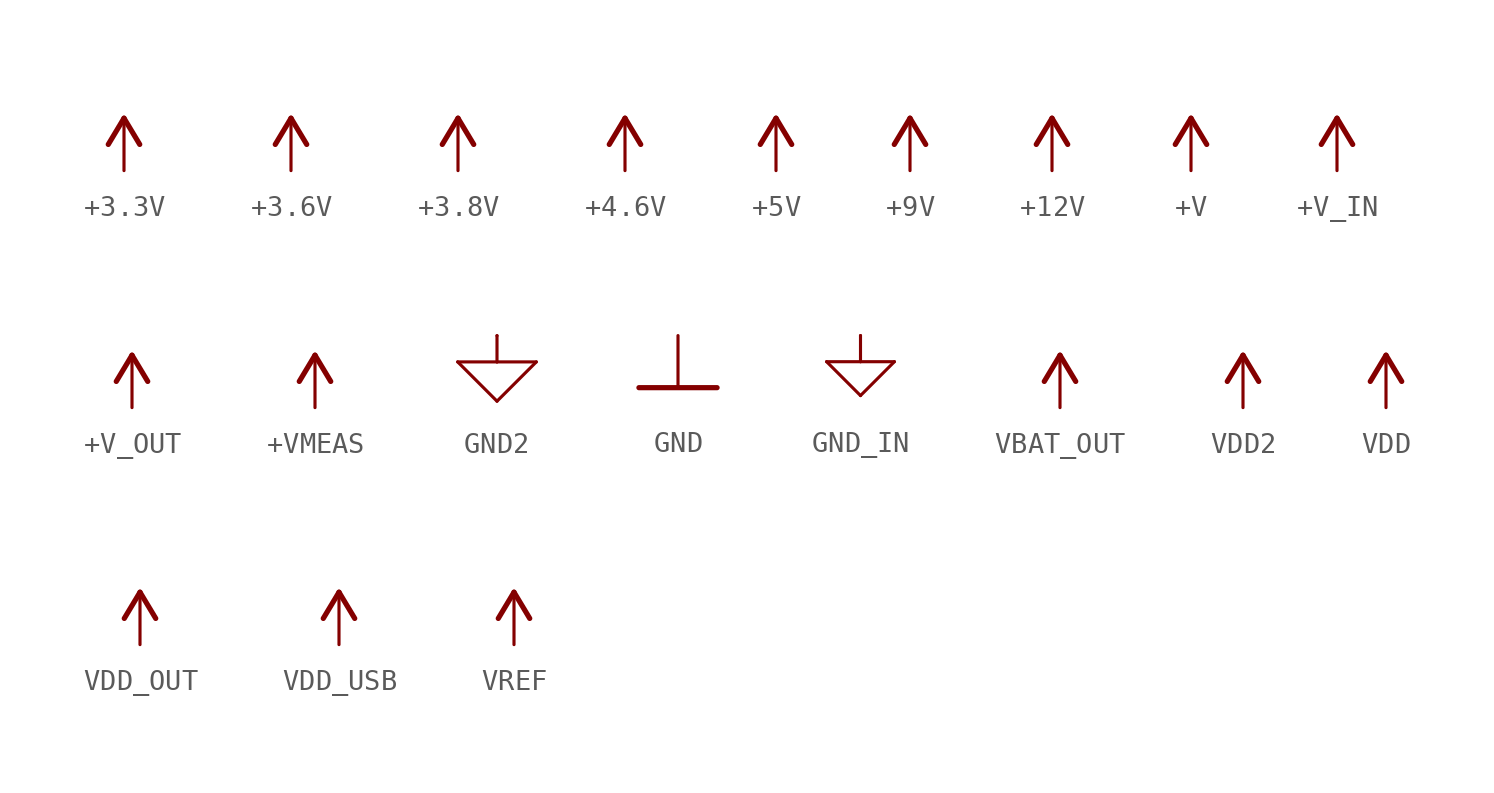
<source format=kicad_sym>
(kicad_symbol_lib
  (version 20231120)
  (generator "kicad_symbol_editor")
  (generator_version "8.0")
  (symbol "+3.3V"
    (power)
    (property "Reference" "#SUPPLY"
      (at 0 0 0)
      (effects (font (size 1.27 1.27)) (hide yes)))
    (property "Value" ""
      (at 0 3.302 0)
      (effects (font (size 1.778 1.511)) (justify bottom)))
    (property "ki_locked" ""
      (at 0 0 0)
      (effects (font (size 1.27 1.27))))
    (symbol "+3.3V_1_0"
      (polyline (pts (xy 0 2.54) (xy -0.762 1.27)) (stroke (width 0.254) (type solid)) (fill (type none)))
      (polyline (pts (xy 0.762 1.27) (xy 0 2.54)) (stroke (width 0.254) (type solid)) (fill (type none)))
      (pin power_in line (at 0 0 90) (length 2.54) (name "+3.3V" (effects (font (size 0 0)))) (number "1" (effects (font (size 0 0)))))))
  (symbol "+3.6V"
    (power)
    (property "Reference" "#SUPPLY"
      (at 0 0 0)
      (effects (font (size 1.27 1.27)) (hide yes)))
    (property "Value" ""
      (at 0 3.302 0)
      (effects (font (size 1.778 1.511)) (justify bottom)))
    (property "ki_locked" ""
      (at 0 0 0)
      (effects (font (size 1.27 1.27))))
    (symbol "+3.6V_1_0"
      (polyline (pts (xy 0 2.54) (xy -0.762 1.27)) (stroke (width 0.254) (type solid)) (fill (type none)))
      (polyline (pts (xy 0.762 1.27) (xy 0 2.54)) (stroke (width 0.254) (type solid)) (fill (type none)))
      (pin power_in line (at 0 0 90) (length 2.54) (name "+3.6V" (effects (font (size 0 0)))) (number "1" (effects (font (size 0 0)))))))
  (symbol "+3.8V"
    (power)
    (property "Reference" "#SUPPLY"
      (at 0 0 0)
      (effects (font (size 1.27 1.27)) (hide yes)))
    (property "Value" ""
      (at 0 3.302 0)
      (effects (font (size 1.778 1.511)) (justify bottom)))
    (property "ki_locked" ""
      (at 0 0 0)
      (effects (font (size 1.27 1.27))))
    (symbol "+3.8V_1_0"
      (polyline (pts (xy 0 2.54) (xy -0.762 1.27)) (stroke (width 0.254) (type solid)) (fill (type none)))
      (polyline (pts (xy 0.762 1.27) (xy 0 2.54)) (stroke (width 0.254) (type solid)) (fill (type none)))
      (pin power_in line (at 0 0 90) (length 2.54) (name "+3.8V" (effects (font (size 0 0)))) (number "1" (effects (font (size 0 0)))))))
  (symbol "+4.6V"
    (power)
    (property "Reference" "#SUPPLY"
      (at 0 0 0)
      (effects (font (size 1.27 1.27)) (hide yes)))
    (property "Value" ""
      (at 0 3.302 0)
      (effects (font (size 1.778 1.511)) (justify bottom)))
    (property "ki_locked" ""
      (at 0 0 0)
      (effects (font (size 1.27 1.27))))
    (symbol "+4.6V_1_0"
      (polyline (pts (xy 0 2.54) (xy -0.762 1.27)) (stroke (width 0.254) (type solid)) (fill (type none)))
      (polyline (pts (xy 0.762 1.27) (xy 0 2.54)) (stroke (width 0.254) (type solid)) (fill (type none)))
      (pin power_in line (at 0 0 90) (length 2.54) (name "+4.6V" (effects (font (size 0 0)))) (number "1" (effects (font (size 0 0)))))))
  (symbol "+5V"
    (power)
    (property "Reference" "#SUPPLY"
      (at 0 0 0)
      (effects (font (size 1.27 1.27)) (hide yes)))
    (property "Value" ""
      (at 0 3.302 0)
      (effects (font (size 1.778 1.511)) (justify bottom)))
    (property "ki_locked" ""
      (at 0 0 0)
      (effects (font (size 1.27 1.27))))
    (symbol "+5V_1_0"
      (polyline (pts (xy 0 2.54) (xy -0.762 1.27)) (stroke (width 0.254) (type solid)) (fill (type none)))
      (polyline (pts (xy 0.762 1.27) (xy 0 2.54)) (stroke (width 0.254) (type solid)) (fill (type none)))
      (pin power_in line (at 0 0 90) (length 2.54) (name "+5V" (effects (font (size 0 0)))) (number "1" (effects (font (size 0 0)))))))
  (symbol "+9V"
    (power)
    (property "Reference" "#SUPPLY"
      (at 0 0 0)
      (effects (font (size 1.27 1.27)) (hide yes)))
    (property "Value" ""
      (at 0 3.302 0)
      (effects (font (size 1.778 1.511)) (justify bottom)))
    (property "ki_locked" ""
      (at 0 0 0)
      (effects (font (size 1.27 1.27))))
    (symbol "+9V_1_0"
      (polyline (pts (xy 0 2.54) (xy -0.762 1.27)) (stroke (width 0.254) (type solid)) (fill (type none)))
      (polyline (pts (xy 0.762 1.27) (xy 0 2.54)) (stroke (width 0.254) (type solid)) (fill (type none)))
      (pin power_in line (at 0 0 90) (length 2.54) (name "+5V" (effects (font (size 0 0)))) (number "1" (effects (font (size 0 0)))))))
  (symbol "+12V"
    (power)
    (property "Reference" "#SUPPLY"
      (at 0 0 0)
      (effects (font (size 1.27 1.27)) (hide yes)))
    (property "Value" ""
      (at 0 3.302 0)
      (effects (font (size 1.778 1.511)) (justify bottom)))
    (property "ki_locked" ""
      (at 0 0 0)
      (effects (font (size 1.27 1.27))))
    (symbol "+12V_1_0"
      (polyline (pts (xy 0 2.54) (xy -0.762 1.27)) (stroke (width 0.254) (type solid)) (fill (type none)))
      (polyline (pts (xy 0.762 1.27) (xy 0 2.54)) (stroke (width 0.254) (type solid)) (fill (type none)))
      (pin power_in line (at 0 0 90) (length 2.54) (name "+12V" (effects (font (size 0 0)))) (number "1" (effects (font (size 0 0)))))))
  (symbol "+V"
    (power)
    (property "Reference" "#SUPPLY"
      (at 0 0 0)
      (effects (font (size 1.27 1.27)) (hide yes)))
    (property "Value" ""
      (at 0 3.302 0)
      (effects (font (size 1.778 1.511)) (justify bottom)))
    (property "ki_locked" ""
      (at 0 0 0)
      (effects (font (size 1.27 1.27))))
    (symbol "+V_1_0"
      (polyline (pts (xy 0 2.54) (xy -0.762 1.27)) (stroke (width 0.254) (type solid)) (fill (type none)))
      (polyline (pts (xy 0.762 1.27) (xy 0 2.54)) (stroke (width 0.254) (type solid)) (fill (type none)))
      (pin power_in line (at 0 0 90) (length 2.54) (name "+V" (effects (font (size 0 0)))) (number "1" (effects (font (size 0 0)))))))
  (symbol "+V_IN"
    (power)
    (property "Reference" "#SUPPLY"
      (at 0 0 0)
      (effects (font (size 1.27 1.27)) (hide yes)))
    (property "Value" ""
      (at 0 3.302 0)
      (effects (font (size 1.778 1.511)) (justify bottom)))
    (property "ki_locked" ""
      (at 0 0 0)
      (effects (font (size 1.27 1.27))))
    (symbol "+V_IN_1_0"
      (polyline (pts (xy 0 2.54) (xy -0.762 1.27)) (stroke (width 0.254) (type solid)) (fill (type none)))
      (polyline (pts (xy 0.762 1.27) (xy 0 2.54)) (stroke (width 0.254) (type solid)) (fill (type none)))
      (pin power_in line (at 0 0 90) (length 2.54) (name "+V_IN" (effects (font (size 0 0)))) (number "1" (effects (font (size 0 0)))))))
  (symbol "+V_OUT"
    (power)
    (property "Reference" "#SUPPLY"
      (at 0 0 0)
      (effects (font (size 1.27 1.27)) (hide yes)))
    (property "Value" ""
      (at 0 3.302 0)
      (effects (font (size 1.778 1.511)) (justify bottom)))
    (property "ki_locked" ""
      (at 0 0 0)
      (effects (font (size 1.27 1.27))))
    (symbol "+V_OUT_1_0"
      (polyline (pts (xy 0 2.54) (xy -0.762 1.27)) (stroke (width 0.254) (type solid)) (fill (type none)))
      (polyline (pts (xy 0.762 1.27) (xy 0 2.54)) (stroke (width 0.254) (type solid)) (fill (type none)))
      (pin power_in line (at 0 0 90) (length 2.54) (name "+V_OUT" (effects (font (size 0 0)))) (number "1" (effects (font (size 0 0)))))))
  (symbol "+VMEAS"
    (power)
    (property "Reference" "#SUPPLY"
      (at 0 0 0)
      (effects (font (size 1.27 1.27)) (hide yes)))
    (property "Value" ""
      (at 0 3.302 0)
      (effects (font (size 1.778 1.511)) (justify bottom)))
    (property "ki_locked" ""
      (at 0 0 0)
      (effects (font (size 1.27 1.27))))
    (symbol "+VMEAS_1_0"
      (polyline (pts (xy 0 2.54) (xy -0.762 1.27)) (stroke (width 0.254) (type solid)) (fill (type none)))
      (polyline (pts (xy 0.762 1.27) (xy 0 2.54)) (stroke (width 0.254) (type solid)) (fill (type none)))
      (pin power_in line (at 0 0 90) (length 2.54) (name "+VMEAS" (effects (font (size 0 0)))) (number "1" (effects (font (size 0 0)))))))
  (symbol "GND2"
    (power)
    (property "Reference" "#GND2"
      (at 0 0 0)
      (effects (font (size 1.27 1.27)) (hide yes)))
    (property "Value" ""
      (at 0 -0.762 0)
      (effects (font (size 1.778 1.511)) (justify top)))
    (property "ki_locked" ""
      (at 0 0 0)
      (effects (font (size 1.27 1.27))))
    (symbol "GND2_1_0"
      (polyline (pts (xy -1.905 1.27) (xy 0 -0.635)) (stroke (width 0.152) (type solid)) (fill (type none)))
      (polyline (pts (xy -1.905 1.27) (xy 0 1.27)) (stroke (width 0.152) (type solid)) (fill (type none)))
      (polyline (pts (xy 0 -0.635) (xy 1.905 1.27)) (stroke (width 0.152) (type solid)) (fill (type none)))
      (polyline (pts (xy 0 1.27) (xy 1.905 1.27)) (stroke (width 0.152) (type solid)) (fill (type none)))
      (polyline (pts (xy 0 2.54) (xy 0 1.27)) (stroke (width 0.152) (type solid)) (fill (type none)))
      (pin power_in line (at 0 2.54 270) (length 0) (name "GND2" (effects (font (size 0 0)))) (number "1" (effects (font (size 0 0)))))))
  (symbol "GND"
    (power)
    (property "Reference" "#GND"
      (at 0 0 0)
      (effects (font (size 1.27 1.27)) (hide yes)))
    (property "Value" ""
      (at 0 -0.762 0)
      (effects (font (size 1.778 1.511)) (justify top)))
    (property "ki_locked" ""
      (at 0 0 0)
      (effects (font (size 1.27 1.27))))
    (symbol "GND_1_0"
      (polyline (pts (xy -1.905 0) (xy 1.905 0)) (stroke (width 0.254) (type solid)) (fill (type none)))
      (pin power_in line (at 0 2.54 270) (length 2.54) (name "GND" (effects (font (size 0 0)))) (number "1" (effects (font (size 0 0)))))))
  (symbol "GND_IN"
    (power)
    (property "Reference" "#GND2"
      (at 0 0 0)
      (effects (font (size 1.27 1.27)) (hide yes)))
    (property "Value" ""
      (at 0 -0.762 0)
      (effects (font (size 1.778 1.511)) (justify top)))
    (property "ki_locked" ""
      (at 0 0 0)
      (effects (font (size 1.27 1.27))))
    (symbol "GND_IN_1_0"
      (polyline (pts (xy -1.651 1.27) (xy 0 -0.381)) (stroke (width 0.152) (type solid)) (fill (type none)))
      (polyline (pts (xy -1.651 1.27) (xy 0 1.27)) (stroke (width 0.152) (type solid)) (fill (type none)))
      (polyline (pts (xy 0 -0.381) (xy 1.651 1.27)) (stroke (width 0.152) (type solid)) (fill (type none)))
      (polyline (pts (xy 0 1.27) (xy 1.651 1.27)) (stroke (width 0.152) (type solid)) (fill (type none)))
      (polyline (pts (xy 0 2.54) (xy 0 1.27)) (stroke (width 0.152) (type solid)) (fill (type none)))
      (pin power_in line (at 0 2.54 270) (length 0) (name "GND_IN" (effects (font (size 0 0)))) (number "1" (effects (font (size 0 0)))))))
  (symbol "VBAT_OUT"
    (power)
    (property "Reference" "#SUPPLY"
      (at 0 0 0)
      (effects (font (size 1.27 1.27)) (hide yes)))
    (property "Value" ""
      (at 0 3.302 0)
      (effects (font (size 1.778 1.511)) (justify bottom)))
    (property "ki_locked" ""
      (at 0 0 0)
      (effects (font (size 1.27 1.27))))
    (symbol "VBAT_OUT_1_0"
      (polyline (pts (xy 0 2.54) (xy -0.762 1.27)) (stroke (width 0.254) (type solid)) (fill (type none)))
      (polyline (pts (xy 0.762 1.27) (xy 0 2.54)) (stroke (width 0.254) (type solid)) (fill (type none)))
      (pin power_in line (at 0 0 90) (length 2.54) (name "VBAT_OUT" (effects (font (size 0 0)))) (number "1" (effects (font (size 0 0)))))))
  (symbol "VDD2"
    (power)
    (property "Reference" "#SUPPLY"
      (at 0 0 0)
      (effects (font (size 1.27 1.27)) (hide yes)))
    (property "Value" ""
      (at 0 3.302 0)
      (effects (font (size 1.778 1.511)) (justify bottom)))
    (property "ki_locked" ""
      (at 0 0 0)
      (effects (font (size 1.27 1.27))))
    (symbol "VDD2_1_0"
      (polyline (pts (xy 0 2.54) (xy -0.762 1.27)) (stroke (width 0.254) (type solid)) (fill (type none)))
      (polyline (pts (xy 0.762 1.27) (xy 0 2.54)) (stroke (width 0.254) (type solid)) (fill (type none)))
      (pin power_in line (at 0 0 90) (length 2.54) (name "VDD2" (effects (font (size 0 0)))) (number "1" (effects (font (size 0 0)))))))
  (symbol "VDD"
    (power)
    (property "Reference" "#SUPPLY"
      (at 0 0 0)
      (effects (font (size 1.27 1.27)) (hide yes)))
    (property "Value" ""
      (at 0 3.302 0)
      (effects (font (size 1.778 1.511)) (justify bottom)))
    (property "ki_locked" ""
      (at 0 0 0)
      (effects (font (size 1.27 1.27))))
    (symbol "VDD_1_0"
      (polyline (pts (xy 0 2.54) (xy -0.762 1.27)) (stroke (width 0.254) (type solid)) (fill (type none)))
      (polyline (pts (xy 0.762 1.27) (xy 0 2.54)) (stroke (width 0.254) (type solid)) (fill (type none)))
      (pin power_in line (at 0 0 90) (length 2.54) (name "VDD" (effects (font (size 0 0)))) (number "1" (effects (font (size 0 0)))))))
  (symbol "VDD_OUT"
    (power)
    (property "Reference" "#SUPPLY"
      (at 0 0 0)
      (effects (font (size 1.27 1.27)) (hide yes)))
    (property "Value" ""
      (at 0 3.302 0)
      (effects (font (size 1.778 1.511)) (justify bottom)))
    (property "ki_locked" ""
      (at 0 0 0)
      (effects (font (size 1.27 1.27))))
    (symbol "VDD_OUT_1_0"
      (polyline (pts (xy 0 2.54) (xy -0.762 1.27)) (stroke (width 0.254) (type solid)) (fill (type none)))
      (polyline (pts (xy 0.762 1.27) (xy 0 2.54)) (stroke (width 0.254) (type solid)) (fill (type none)))
      (pin power_in line (at 0 0 90) (length 2.54) (name "VDD_OUT" (effects (font (size 0 0)))) (number "1" (effects (font (size 0 0)))))))
  (symbol "VDD_USB"
    (power)
    (property "Reference" "#SUPPLY"
      (at 0 0 0)
      (effects (font (size 1.27 1.27)) (hide yes)))
    (property "Value" ""
      (at 0 3.302 0)
      (effects (font (size 1.778 1.511)) (justify bottom)))
    (property "ki_locked" ""
      (at 0 0 0)
      (effects (font (size 1.27 1.27))))
    (symbol "VDD_USB_1_0"
      (polyline (pts (xy 0 2.54) (xy -0.762 1.27)) (stroke (width 0.254) (type solid)) (fill (type none)))
      (polyline (pts (xy 0.762 1.27) (xy 0 2.54)) (stroke (width 0.254) (type solid)) (fill (type none)))
      (pin power_in line (at 0 0 90) (length 2.54) (name "VDD_USB" (effects (font (size 0 0)))) (number "1" (effects (font (size 0 0)))))))
  (symbol "VREF"
    (power)
    (property "Reference" "#SUPPLY"
      (at 0 0 0)
      (effects (font (size 1.27 1.27)) (hide yes)))
    (property "Value" ""
      (at 0 3.302 0)
      (effects (font (size 1.778 1.511)) (justify bottom)))
    (property "ki_locked" ""
      (at 0 0 0)
      (effects (font (size 1.27 1.27))))
    (symbol "VREF_1_0"
      (polyline (pts (xy 0 2.54) (xy -0.762 1.27)) (stroke (width 0.254) (type solid)) (fill (type none)))
      (polyline (pts (xy 0.762 1.27) (xy 0 2.54)) (stroke (width 0.254) (type solid)) (fill (type none)))
      (pin power_in line (at 0 0 90) (length 2.54) (name "VREF" (effects (font (size 0 0)))) (number "1" (effects (font (size 0 0))))))))
</source>
